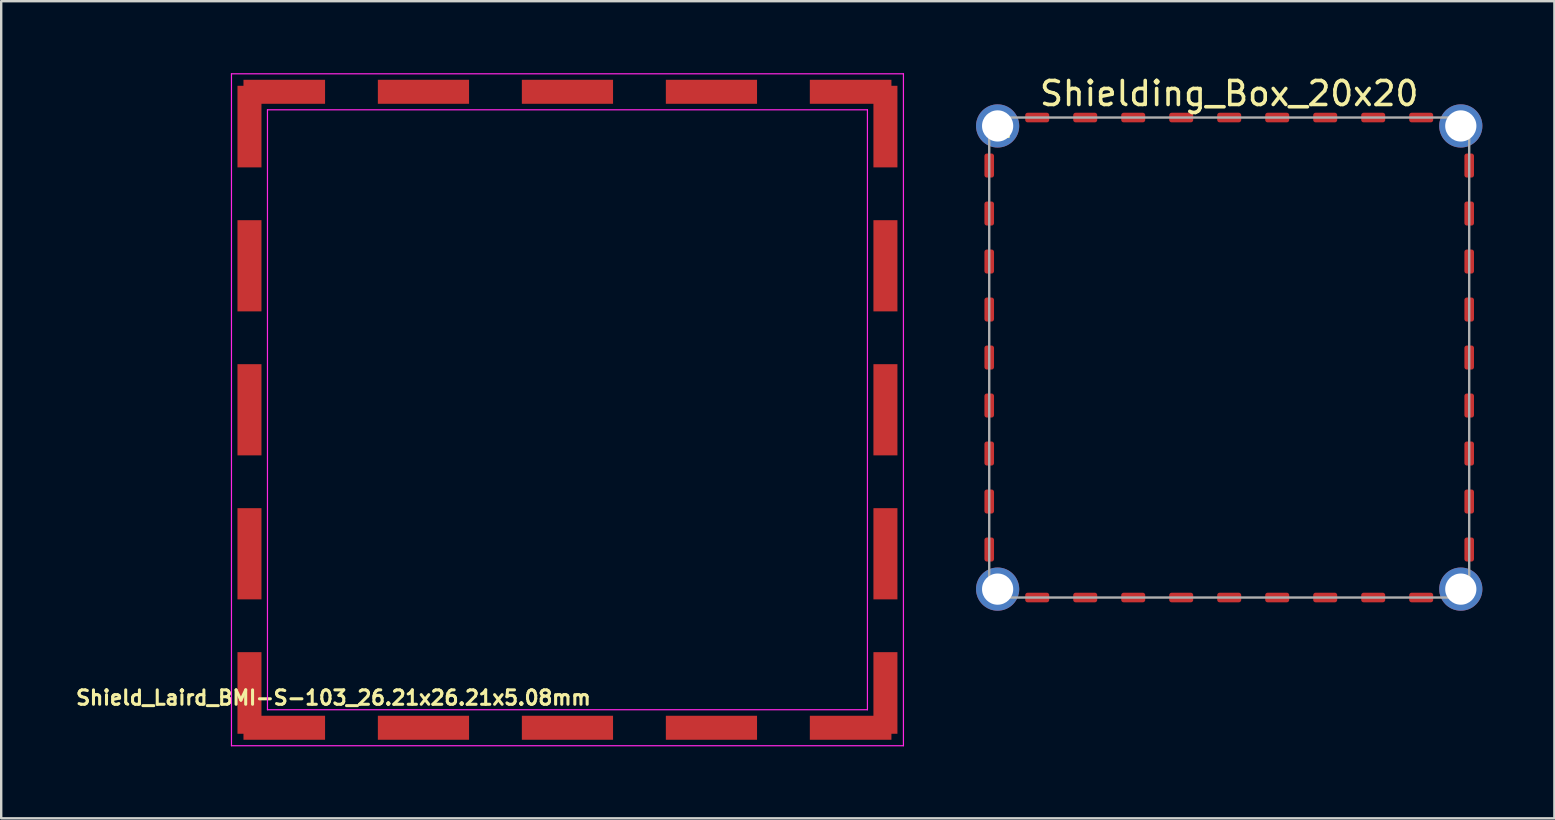
<source format=kicad_pcb>
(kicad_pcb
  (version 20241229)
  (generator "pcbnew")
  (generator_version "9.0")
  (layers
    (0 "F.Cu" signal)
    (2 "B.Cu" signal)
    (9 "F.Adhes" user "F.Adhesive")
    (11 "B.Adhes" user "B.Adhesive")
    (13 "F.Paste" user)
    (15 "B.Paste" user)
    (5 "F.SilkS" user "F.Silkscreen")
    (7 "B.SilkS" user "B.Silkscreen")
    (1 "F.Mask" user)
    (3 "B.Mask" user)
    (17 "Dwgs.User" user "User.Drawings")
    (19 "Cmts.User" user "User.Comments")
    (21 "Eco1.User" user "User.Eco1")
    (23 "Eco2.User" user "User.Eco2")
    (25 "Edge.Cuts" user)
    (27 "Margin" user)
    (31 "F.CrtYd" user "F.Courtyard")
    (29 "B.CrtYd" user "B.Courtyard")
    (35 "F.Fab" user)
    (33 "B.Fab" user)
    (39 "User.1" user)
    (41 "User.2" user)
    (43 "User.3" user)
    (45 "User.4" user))
  (footprint "Shield_Laird_BMI-S-103_26.21x26.21x5.08mm"
    (layer "F.Cu")
    (at 20.595 14.025)
    (property "Reference" "Shield_Laird_BMI-S-103_26.21x26.21x5.08mm" (at -9.75 12 0) (layer "F.SilkS") (effects (font (size 0.6 0.6) (thickness 0.127))))
    (attr through_hole)
    (fp_line (start -14 -14) (end 14 -14) (stroke (width 0.05) (type solid)) (layer "F.CrtYd"))
    (fp_line (start -14 14) (end -14 -14) (stroke (width 0.05) (type solid)) (layer "F.CrtYd"))
    (fp_line (start -12.5 -12.5) (end 12.5 -12.5) (stroke (width 0.05) (type solid)) (layer "F.CrtYd"))
    (fp_line (start -12.5 12.5) (end -12.5 -12.5) (stroke (width 0.05) (type solid)) (layer "F.CrtYd"))
    (fp_line (start 12.5 -12.5) (end 12.5 12.5) (stroke (width 0.05) (type solid)) (layer "F.CrtYd"))
    (fp_line (start 12.5 12.5) (end -12.5 12.5) (stroke (width 0.05) (type solid)) (layer "F.CrtYd"))
    (fp_line (start 14 -14) (end 14 14) (stroke (width 0.05) (type solid)) (layer "F.CrtYd"))
    (fp_line (start 14 14) (end -14 14) (stroke (width 0.05) (type solid)) (layer "F.CrtYd"))
    (pad "1" smd rect (at -11.8 13.25) (size 3.4 1) (layers "F.Cu" "F.Mask" "F.Paste"))
    (pad "1" smd rect (at -6 13.25) (size 3.8 1) (layers "F.Cu" "F.Mask" "F.Paste"))
    (pad "2" smd rect (at 0 13.25) (size 3.8 1) (layers "F.Cu" "F.Mask" "F.Paste"))
    (pad "2" smd rect (at 11.8 13.25) (size 3.4 1) (layers "F.Cu" "F.Mask" "F.Paste"))
    (pad "3" smd rect (at -11.8 -13.25) (size 3.4 1) (layers "F.Cu" "F.Mask" "F.Paste"))
    (pad "3" smd rect (at 6 13.25) (size 3.8 1) (layers "F.Cu" "F.Mask" "F.Paste"))
    (pad "4" smd rect (at -6 -13.25) (size 3.8 1) (layers "F.Cu" "F.Mask" "F.Paste"))
    (pad "4" smd rect (at 11.8 -13.25) (size 3.4 1) (layers "F.Cu" "F.Mask" "F.Paste"))
    (pad "5" smd rect (at 0 -13.25) (size 3.8 1) (layers "F.Cu" "F.Mask" "F.Paste"))
    (pad "6" smd rect (at 6 -13.25) (size 3.8 1) (layers "F.Cu" "F.Mask" "F.Paste"))
    (pad "7" smd rect (at -13.25 -6 90) (size 3.8 1) (layers "F.Cu" "F.Mask" "F.Paste"))
    (pad "8" smd rect (at -13.25 0 90) (size 3.8 1) (layers "F.Cu" "F.Mask" "F.Paste"))
    (pad "9" smd rect (at -13.25 6 90) (size 3.8 1) (layers "F.Cu" "F.Mask" "F.Paste"))
    (pad "10" smd rect (at 13.25 -6 90) (size 3.8 1) (layers "F.Cu" "F.Mask" "F.Paste"))
    (pad "11" smd rect (at 13.25 0 90) (size 3.8 1) (layers "F.Cu" "F.Mask" "F.Paste"))
    (pad "12" smd rect (at 13.25 6 90) (size 3.8 1) (layers "F.Cu" "F.Mask" "F.Paste"))
    (pad "13" smd rect (at 13.25 -11.8 90) (size 3.4 1) (layers "F.Cu" "F.Mask" "F.Paste"))
    (pad "14" smd rect (at -13.25 -11.8 90) (size 3.4 1) (layers "F.Cu" "F.Mask" "F.Paste"))
    (pad "15" smd rect (at 13.25 11.8 90) (size 3.4 1) (layers "F.Cu" "F.Mask" "F.Paste"))
    (pad "16" smd rect (at -13.25 11.8 90) (size 3.4 1) (layers "F.Cu" "F.Mask" "F.Paste")))
  (footprint "Shielding_Box_20x20"
    (layer "F.Cu")
    (at 48.17 11.848)
    (property "Reference" "Shielding_Box_20x20" (at 0 -11 0) (layer "F.SilkS") (effects (font (size 1 1) (thickness 0.15))))
    (attr smd)
    (fp_line (start -10 -9.2) (end -9.2 -9.2) (stroke (width 0.1) (type solid)) (layer "F.SilkS"))
    (fp_line (start -9.2 -9.2) (end -9.2 -10) (stroke (width 0.1) (type solid)) (layer "F.SilkS"))
    (fp_line (start -10 -10) (end 10 -10) (stroke (width 0.1) (type solid)) (layer "F.Fab"))
    (fp_line (start -10 10) (end -10 -10) (stroke (width 0.1) (type solid)) (layer "F.Fab"))
    (fp_line (start 10 -10) (end 10 10) (stroke (width 0.1) (type solid)) (layer "F.Fab"))
    (fp_line (start 10 10) (end -10 10) (stroke (width 0.1) (type solid)) (layer "F.Fab"))
    (pad "1" thru_hole circle (at -9.65 -9.65) (size 1.8 1.8) (drill 1.3) (layers "*.Cu" "*.Mask"))
    (pad "1" thru_hole circle (at -9.65 9.65) (size 1.8 1.8) (drill 1.3) (layers "*.Cu" "*.Mask"))
    (pad "1" thru_hole circle (at 9.65 -9.65) (size 1.8 1.8) (drill 1.3) (layers "*.Cu" "*.Mask"))
    (pad "1" thru_hole circle (at 9.65 9.65) (size 1.8 1.8) (drill 1.3) (layers "*.Cu" "*.Mask"))
    (pad "2" smd roundrect (at -10 -8) (size 0.4 1) (layers "F.Cu" "F.Mask" "F.Paste") (roundrect_rratio 0.25))
    (pad "3" smd roundrect (at -10 -6) (size 0.4 1) (layers "F.Cu" "F.Mask" "F.Paste") (roundrect_rratio 0.25))
    (pad "4" smd roundrect (at -10 -4) (size 0.4 1) (layers "F.Cu" "F.Mask" "F.Paste") (roundrect_rratio 0.25))
    (pad "5" smd roundrect (at -10 -2) (size 0.4 1) (layers "F.Cu" "F.Mask" "F.Paste") (roundrect_rratio 0.25))
    (pad "6" smd roundrect (at -10 0) (size 0.4 1) (layers "F.Cu" "F.Mask" "F.Paste") (roundrect_rratio 0.25))
    (pad "7" smd roundrect (at -10 2) (size 0.4 1) (layers "F.Cu" "F.Mask" "F.Paste") (roundrect_rratio 0.25))
    (pad "8" smd roundrect (at -10 4) (size 0.4 1) (layers "F.Cu" "F.Mask" "F.Paste") (roundrect_rratio 0.25))
    (pad "9" smd roundrect (at -10 6) (size 0.4 1) (layers "F.Cu" "F.Mask" "F.Paste") (roundrect_rratio 0.25))
    (pad "10" smd roundrect (at -10 8) (size 0.4 1) (layers "F.Cu" "F.Mask" "F.Paste") (roundrect_rratio 0.25))
    (pad "11" smd roundrect (at 10 -8) (size 0.4 1) (layers "F.Cu" "F.Mask" "F.Paste") (roundrect_rratio 0.25))
    (pad "12" smd roundrect (at 10 -6) (size 0.4 1) (layers "F.Cu" "F.Mask" "F.Paste") (roundrect_rratio 0.25))
    (pad "13" smd roundrect (at 10 -4) (size 0.4 1) (layers "F.Cu" "F.Mask" "F.Paste") (roundrect_rratio 0.25))
    (pad "14" smd roundrect (at 10 -2) (size 0.4 1) (layers "F.Cu" "F.Mask" "F.Paste") (roundrect_rratio 0.25))
    (pad "15" smd roundrect (at 10 0) (size 0.4 1) (layers "F.Cu" "F.Mask" "F.Paste") (roundrect_rratio 0.25))
    (pad "16" smd roundrect (at 10 2) (size 0.4 1) (layers "F.Cu" "F.Mask" "F.Paste") (roundrect_rratio 0.25))
    (pad "17" smd roundrect (at 10 4) (size 0.4 1) (layers "F.Cu" "F.Mask" "F.Paste") (roundrect_rratio 0.25))
    (pad "18" smd roundrect (at 10 6) (size 0.4 1) (layers "F.Cu" "F.Mask" "F.Paste") (roundrect_rratio 0.25))
    (pad "19" smd roundrect (at 10 8) (size 0.4 1) (layers "F.Cu" "F.Mask" "F.Paste") (roundrect_rratio 0.25))
    (pad "20" smd roundrect (at -8 -10 90) (size 0.4 1) (layers "F.Cu" "F.Mask" "F.Paste") (roundrect_rratio 0.25))
    (pad "21" smd roundrect (at -6 -10 90) (size 0.4 1) (layers "F.Cu" "F.Mask" "F.Paste") (roundrect_rratio 0.25))
    (pad "22" smd roundrect (at -4 -10 90) (size 0.4 1) (layers "F.Cu" "F.Mask" "F.Paste") (roundrect_rratio 0.25))
    (pad "23" smd roundrect (at -2 -10 90) (size 0.4 1) (layers "F.Cu" "F.Mask" "F.Paste") (roundrect_rratio 0.25))
    (pad "24" smd roundrect (at 0 -10 90) (size 0.4 1) (layers "F.Cu" "F.Mask" "F.Paste") (roundrect_rratio 0.25))
    (pad "25" smd roundrect (at 2 -10 90) (size 0.4 1) (layers "F.Cu" "F.Mask" "F.Paste") (roundrect_rratio 0.25))
    (pad "26" smd roundrect (at 4 -10 90) (size 0.4 1) (layers "F.Cu" "F.Mask" "F.Paste") (roundrect_rratio 0.25))
    (pad "27" smd roundrect (at 6 -10 90) (size 0.4 1) (layers "F.Cu" "F.Mask" "F.Paste") (roundrect_rratio 0.25))
    (pad "28" smd roundrect (at 8 -10 90) (size 0.4 1) (layers "F.Cu" "F.Mask" "F.Paste") (roundrect_rratio 0.25))
    (pad "29" smd roundrect (at -8 10 90) (size 0.4 1) (layers "F.Cu" "F.Mask" "F.Paste") (roundrect_rratio 0.25))
    (pad "30" smd roundrect (at -6 10 90) (size 0.4 1) (layers "F.Cu" "F.Mask" "F.Paste") (roundrect_rratio 0.25))
    (pad "31" smd roundrect (at -4 10 90) (size 0.4 1) (layers "F.Cu" "F.Mask" "F.Paste") (roundrect_rratio 0.25))
    (pad "32" smd roundrect (at -2 10 90) (size 0.4 1) (layers "F.Cu" "F.Mask" "F.Paste") (roundrect_rratio 0.25))
    (pad "33" smd roundrect (at 0 10 90) (size 0.4 1) (layers "F.Cu" "F.Mask" "F.Paste") (roundrect_rratio 0.25))
    (pad "34" smd roundrect (at 2 10 90) (size 0.4 1) (layers "F.Cu" "F.Mask" "F.Paste") (roundrect_rratio 0.25))
    (pad "35" smd roundrect (at 4 10 90) (size 0.4 1) (layers "F.Cu" "F.Mask" "F.Paste") (roundrect_rratio 0.25))
    (pad "36" smd roundrect (at 6 10 90) (size 0.4 1) (layers "F.Cu" "F.Mask" "F.Paste") (roundrect_rratio 0.25))
    (pad "37" smd roundrect (at 8 10 90) (size 0.4 1) (layers "F.Cu" "F.Mask" "F.Paste") (roundrect_rratio 0.25)))
  (gr_rect
    (start -3 -3)
    (end 61.72 31.05)
    (stroke (width 0.1) (type default))
    (fill no)
    (layer "Edge.Cuts")))
</source>
